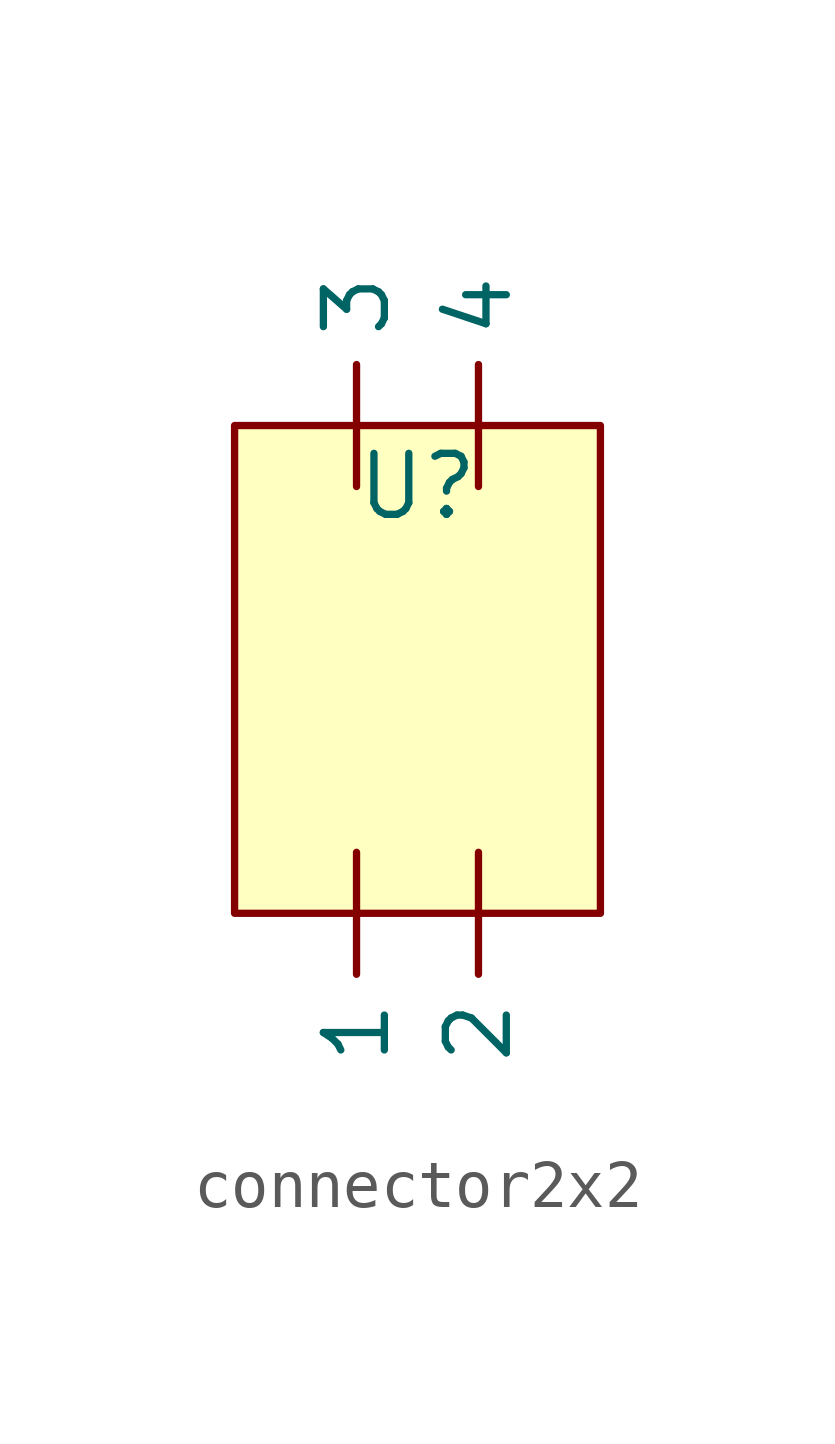
<source format=kicad_sym>
(kicad_symbol_lib
  (version 20241209)
  (generator "kicad_symbol_editor")
  (generator_version "9.0")
  (symbol "connector2x2"
    (property "Reference" "U"
      (at 0 0 0)
      (effects (font (size 1.27 1.27))))
    (property "Value" ""
      (at 0 0 0)
      (effects (font (size 1.27 1.27))))
    (symbol "connector2x2_1_1"
      (rectangle (start -3.81 1.27) (end 3.81 -8.89) (stroke (width 0) (type solid)) (fill (type background)))
      (pin input line (at -1.27 0 90) (length 2.54) (name "3" (effects (font (size 1.27 1.27)))) (number "" (effects (font (size 1.27 1.27)))))
      (pin input line (at -1.27 -7.62 270) (length 2.54) (name "1" (effects (font (size 1.27 1.27)))) (number "" (effects (font (size 1.27 1.27)))))
      (pin input line (at 1.27 0 90) (length 2.54) (name "4" (effects (font (size 1.27 1.27)))) (number "" (effects (font (size 1.27 1.27)))))
      (pin input line (at 1.27 -7.62 270) (length 2.54) (name "2" (effects (font (size 1.27 1.27)))) (number "" (effects (font (size 1.27 1.27))))))))
</source>
